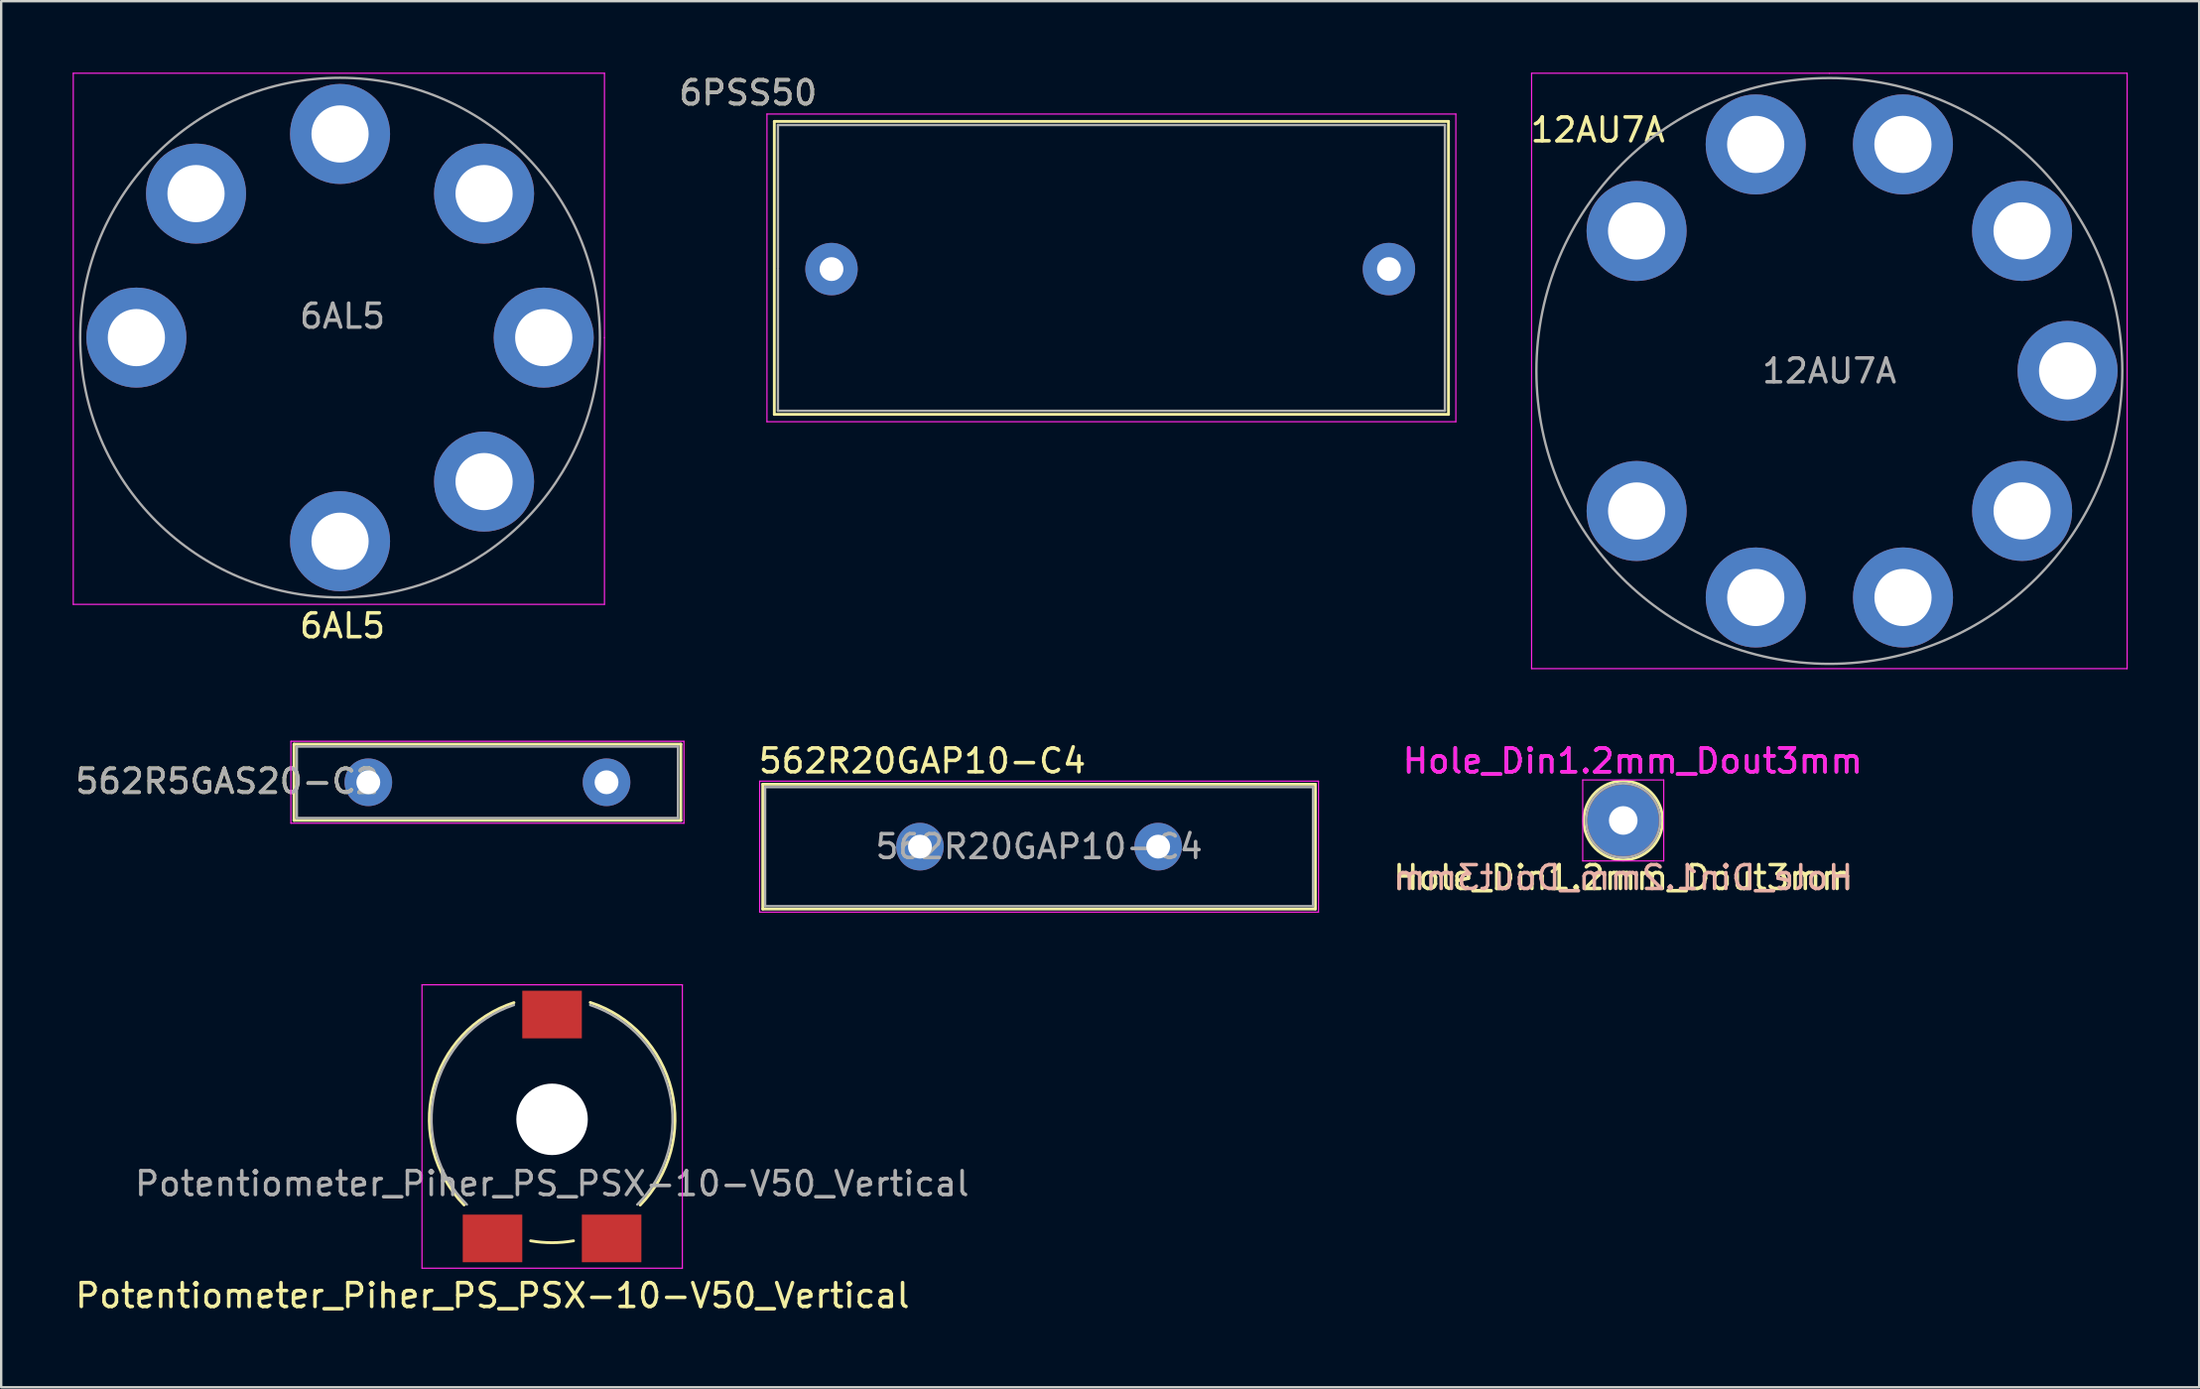
<source format=kicad_pcb>
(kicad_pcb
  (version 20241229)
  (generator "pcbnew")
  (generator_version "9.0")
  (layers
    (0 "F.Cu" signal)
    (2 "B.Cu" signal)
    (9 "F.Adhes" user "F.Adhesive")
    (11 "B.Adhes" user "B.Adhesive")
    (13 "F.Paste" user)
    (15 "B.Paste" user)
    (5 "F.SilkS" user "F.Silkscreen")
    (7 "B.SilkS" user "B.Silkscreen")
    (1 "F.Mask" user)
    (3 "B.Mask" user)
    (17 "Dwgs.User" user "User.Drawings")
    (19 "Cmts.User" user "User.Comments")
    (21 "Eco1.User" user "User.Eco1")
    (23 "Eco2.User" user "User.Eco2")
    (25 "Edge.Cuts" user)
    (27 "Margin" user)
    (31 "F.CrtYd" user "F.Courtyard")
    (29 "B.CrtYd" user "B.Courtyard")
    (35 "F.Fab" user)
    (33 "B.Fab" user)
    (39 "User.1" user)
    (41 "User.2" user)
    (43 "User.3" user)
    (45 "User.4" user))
  (footprint "562R5GAS20-C2"
    (layer "F.Cu")
    (at 12.412 29.795)
    (property "Reference" "562R5GAS20-C2" (at -5.93 -0.04 0) (layer "F.SilkS") (effects (font (size 1 1) (thickness 0.15))))
    (attr through_hole)
    (fp_line (start -3.12 -1.6) (end -3.12 1.6) (stroke (width 0.12) (type solid)) (layer "F.SilkS"))
    (fp_line (start -3.12 -1.6) (end 13.12 -1.6) (stroke (width 0.12) (type solid)) (layer "F.SilkS"))
    (fp_line (start -3.12 1.6) (end 13.12 1.6) (stroke (width 0.12) (type solid)) (layer "F.SilkS"))
    (fp_line (start 13.12 -1.6) (end 13.12 1.6) (stroke (width 0.12) (type solid)) (layer "F.SilkS"))
    (fp_line (start -3.25 -1.72) (end -3.25 1.72) (stroke (width 0.05) (type solid)) (layer "F.CrtYd"))
    (fp_line (start -3.25 1.72) (end 13.25 1.72) (stroke (width 0.05) (type solid)) (layer "F.CrtYd"))
    (fp_line (start 13.25 -1.72) (end -3.25 -1.72) (stroke (width 0.05) (type solid)) (layer "F.CrtYd"))
    (fp_line (start 13.25 1.72) (end 13.25 -1.72) (stroke (width 0.05) (type solid)) (layer "F.CrtYd"))
    (fp_line (start -3 -1.5) (end -3 1.5) (stroke (width 0.1) (type solid)) (layer "F.Fab"))
    (fp_line (start -3 1.5) (end 13 1.5) (stroke (width 0.1) (type solid)) (layer "F.Fab"))
    (fp_line (start 13 -1.5) (end -3 -1.5) (stroke (width 0.1) (type solid)) (layer "F.Fab"))
    (fp_line (start 13 1.5) (end 13 -1.5) (stroke (width 0.1) (type solid)) (layer "F.Fab"))
    (fp_text user "${REFERENCE}" (at -5.93 -0.04 0) (layer "F.Fab") (effects (font (size 1 1) (thickness 0.15))))
    (pad "1" thru_hole circle (at 0 0) (size 2 2) (drill 1) (layers "*.Cu" "*.Mask"))
    (pad "2" thru_hole circle (at 10 0) (size 2 2) (drill 1) (layers "*.Cu" "*.Mask")))
  (footprint "6PSS50"
    (layer "F.Cu")
    (at 31.856 8.248)
    (property "Reference" "6PSS50" (at -3.5 -7.4 0) (layer "F.SilkS") (effects (font (size 1 1) (thickness 0.15))))
    (attr through_hole)
    (fp_line (start -2.4 -6.2) (end 25.9 -6.2) (stroke (width 0.12) (type solid)) (layer "F.SilkS"))
    (fp_line (start -2.4 6.1) (end -2.4 -6.2) (stroke (width 0.12) (type solid)) (layer "F.SilkS"))
    (fp_line (start 25.9 -6.2) (end 25.9 6.1) (stroke (width 0.12) (type solid)) (layer "F.SilkS"))
    (fp_line (start 25.9 6.1) (end -2.4 6.1) (stroke (width 0.12) (type solid)) (layer "F.SilkS"))
    (fp_line (start -2.71 -6.51) (end 26.21 -6.51) (stroke (width 0.05) (type solid)) (layer "F.CrtYd"))
    (fp_line (start -2.71 6.41) (end -2.71 -6.51) (stroke (width 0.05) (type solid)) (layer "F.CrtYd"))
    (fp_line (start 26.21 -6.51) (end 26.21 6.41) (stroke (width 0.05) (type solid)) (layer "F.CrtYd"))
    (fp_line (start 26.21 6.41) (end -2.71 6.41) (stroke (width 0.05) (type solid)) (layer "F.CrtYd"))
    (fp_line (start -2.25 -6.05) (end 25.75 -6.05) (stroke (width 0.1) (type solid)) (layer "F.Fab"))
    (fp_line (start -2.25 -0.05) (end -2.25 -6.05) (stroke (width 0.1) (type solid)) (layer "F.Fab"))
    (fp_line (start -2.25 5.95) (end -2.25 0) (stroke (width 0.1) (type solid)) (layer "F.Fab"))
    (fp_line (start 25.75 -6.05) (end 25.75 5.95) (stroke (width 0.1) (type solid)) (layer "F.Fab"))
    (fp_line (start 25.75 5.95) (end -2.25 5.95) (stroke (width 0.1) (type solid)) (layer "F.Fab"))
    (fp_text user "${REFERENCE}" (at -3.5 -7.4 0) (layer "F.Fab") (effects (font (size 1 1) (thickness 0.15))))
    (pad "1" thru_hole circle (at 0 0) (size 2.2 2.2) (drill 1) (layers "*.Cu" "*.Mask"))
    (pad "2" thru_hole circle (at 23.4 0) (size 2.2 2.2) (drill 1) (layers "*.Cu" "*.Mask")))
  (footprint "562R20GAP10-C4"
    (layer "F.Cu")
    (at 35.569 32.498)
    (property "Reference" "562R20GAP10-C4" (at 0.1 -3.6 0) (layer "F.SilkS") (effects (font (size 1 1) (thickness 0.15))))
    (attr through_hole)
    (fp_line (start -6.6 -2.62) (end -6.6 2.62) (stroke (width 0.12) (type solid)) (layer "F.SilkS"))
    (fp_line (start -6.6 -2.62) (end 16.6 -2.62) (stroke (width 0.12) (type solid)) (layer "F.SilkS"))
    (fp_line (start -6.6 2.62) (end 16.6 2.62) (stroke (width 0.12) (type solid)) (layer "F.SilkS"))
    (fp_line (start 16.6 -2.62) (end 16.6 2.62) (stroke (width 0.12) (type solid)) (layer "F.SilkS"))
    (fp_line (start -6.73 -2.75) (end -6.73 2.75) (stroke (width 0.05) (type solid)) (layer "F.CrtYd"))
    (fp_line (start -6.73 2.75) (end 16.73 2.75) (stroke (width 0.05) (type solid)) (layer "F.CrtYd"))
    (fp_line (start 16.73 -2.75) (end -6.73 -2.75) (stroke (width 0.05) (type solid)) (layer "F.CrtYd"))
    (fp_line (start 16.73 2.75) (end 16.73 -2.75) (stroke (width 0.05) (type solid)) (layer "F.CrtYd"))
    (fp_line (start -6.5 -2.5) (end -6.5 2.5) (stroke (width 0.1) (type solid)) (layer "F.Fab"))
    (fp_line (start -6.5 2.5) (end 16.5 2.5) (stroke (width 0.1) (type solid)) (layer "F.Fab"))
    (fp_line (start 16.5 -2.5) (end -6.5 -2.5) (stroke (width 0.1) (type solid)) (layer "F.Fab"))
    (fp_line (start 16.5 2.5) (end 16.5 -2.5) (stroke (width 0.1) (type solid)) (layer "F.Fab"))
    (fp_text user "${REFERENCE}" (at 5 0 0) (layer "F.Fab") (effects (font (size 1 1) (thickness 0.15))))
    (pad "1" thru_hole circle (at 0 0) (size 2 2) (drill 1) (layers "*.Cu" "*.Mask"))
    (pad "2" thru_hole circle (at 10 0) (size 2 2) (drill 1) (layers "*.Cu" "*.Mask")))
  (footprint "6AL5"
    (layer "F.Cu")
    (at 11.225 11.125)
    (property "Reference" "6AL5" (at 0.1 12.1 0) (layer "F.SilkS") (effects (font (size 1 1) (thickness 0.15))))
    (attr through_hole)
    (fp_line (start -11.2 -11.1) (end -11.2 11.2) (stroke (width 0.05) (type solid)) (layer "F.CrtYd"))
    (fp_line (start -11.2 11.2) (end 11.1 11.2) (stroke (width 0.05) (type solid)) (layer "F.CrtYd"))
    (fp_line (start 11.1 -11.1) (end -11.2 -11.1) (stroke (width 0.05) (type solid)) (layer "F.CrtYd"))
    (fp_line (start 11.1 0) (end 11.1 -11.1) (stroke (width 0.05) (type solid)) (layer "F.CrtYd"))
    (fp_line (start 11.1 11.2) (end 11.1 0) (stroke (width 0.05) (type solid)) (layer "F.CrtYd"))
    (fp_circle (center 0 0) (end 10.908 0) (stroke (width 0.1) (type solid)) (fill no) (layer "F.Fab"))
    (fp_text user "${REFERENCE}" (at 0.1 -0.9 0) (layer "F.Fab") (effects (font (size 1 1) (thickness 0.15))))
    (pad "1" thru_hole circle (at 0 8.55) (size 4.2 4.2) (drill 2.4) (layers "*.Cu" "*.Mask"))
    (pad "2" thru_hole circle (at 6.046 6.046) (size 4.2 4.2) (drill 2.4) (layers "*.Cu" "*.Mask"))
    (pad "3" thru_hole circle (at 8.55 0) (size 4.2 4.2) (drill 2.4) (layers "*.Cu" "*.Mask"))
    (pad "4" thru_hole circle (at 6.046 -6.046) (size 4.2 4.2) (drill 2.4) (layers "*.Cu" "*.Mask"))
    (pad "5" thru_hole circle (at 0 -8.55) (size 4.2 4.2) (drill 2.4) (layers "*.Cu" "*.Mask"))
    (pad "6" thru_hole circle (at -6.046 -6.046) (size 4.2 4.2) (drill 2.4) (layers "*.Cu" "*.Mask"))
    (pad "7" thru_hole circle (at -8.55 0) (size 4.2 4.2) (drill 2.4) (layers "*.Cu" "*.Mask")))
  (footprint "12AU7A"
    (layer "F.Cu")
    (at 73.745 12.525)
    (property "Reference" "12AU7A" (at -9.72 -10.12 0) (layer "F.SilkS") (effects (font (size 1 1) (thickness 0.15))))
    (attr through_hole)
    (fp_line (start -12.5 -12.5) (end 0 -12.5) (stroke (width 0.05) (type solid)) (layer "F.CrtYd"))
    (fp_line (start -12.5 12.5) (end -12.5 -12.5) (stroke (width 0.05) (type solid)) (layer "F.CrtYd"))
    (fp_line (start 0 -12.5) (end 12.5 -12.5) (stroke (width 0.05) (type solid)) (layer "F.CrtYd"))
    (fp_line (start 12.5 -12.5) (end 12.5 12.5) (stroke (width 0.05) (type solid)) (layer "F.CrtYd"))
    (fp_line (start 12.5 12.5) (end -12.5 12.5) (stroke (width 0.05) (type solid)) (layer "F.CrtYd"))
    (fp_circle (center 0 0) (end 12.298 0) (stroke (width 0.1) (type solid)) (fill no) (layer "F.Fab"))
    (fp_text user "${REFERENCE}" (at 0 0 0) (layer "F.Fab") (effects (font (size 1 1) (thickness 0.15))))
    (pad "1" thru_hole circle (at -8.09 5.88) (size 4.2 4.2) (drill 2.4) (layers "*.Cu" "*.Mask"))
    (pad "2" thru_hole circle (at -3.089 9.512) (size 4.2 4.2) (drill 2.4) (layers "*.Cu" "*.Mask"))
    (pad "3" thru_hole circle (at 3.092 9.511) (size 4.2 4.2) (drill 2.4) (layers "*.Cu" "*.Mask"))
    (pad "4" thru_hole circle (at 8.092 5.877) (size 4.2 4.2) (drill 2.4) (layers "*.Cu" "*.Mask"))
    (pad "5" thru_hole circle (at 10.001 -0.002) (size 4.2 4.2) (drill 2.4) (layers "*.Cu" "*.Mask"))
    (pad "6" thru_hole circle (at 8.09 -5.88) (size 4.2 4.2) (drill 2.4) (layers "*.Cu" "*.Mask"))
    (pad "7" thru_hole circle (at 3.089 -9.512) (size 4.2 4.2) (drill 2.4) (layers "*.Cu" "*.Mask"))
    (pad "8" thru_hole circle (at -3.092 -9.511) (size 4.2 4.2) (drill 2.4) (layers "*.Cu" "*.Mask"))
    (pad "9" thru_hole circle (at -8.092 -5.877) (size 4.2 4.2) (drill 2.4) (layers "*.Cu" "*.Mask")))
  (footprint "Potentiometer_Piher_PS_PSX-10-V50_Vertical"
    (layer "F.Cu")
    (at 20.125 44.248)
    (property "Reference" "Potentiometer_Piher_PS_PSX-10-V50_Vertical" (at -2.5 7.1 0) (layer "F.SilkS") (effects (font (size 1 1) (thickness 0.15))))
    (attr smd)
    (fp_arc (start -3.694442 3.294593) (mid -5.004728 -1.533975) (end -1.6 -5.2) (stroke (width 0.12) (type solid)) (layer "F.SilkS"))
    (fp_arc (start 0.9 4.799999) (mid 0 4.878802) (end -0.9 4.799999) (stroke (width 0.12) (type solid)) (layer "F.SilkS"))
    (fp_arc (start 1.602405 -5.207372) (mid 5.012257 -1.535832) (end 3.7 3.3) (stroke (width 0.12) (type solid)) (layer "F.SilkS"))
    (fp_line (start -5.46 -5.95) (end -5.46 5.95) (stroke (width 0.05) (type solid)) (layer "F.CrtYd"))
    (fp_line (start -5.46 -5.95) (end 5.47 -5.95) (stroke (width 0.05) (type solid)) (layer "F.CrtYd"))
    (fp_line (start -5.46 5.95) (end 5.47 5.95) (stroke (width 0.05) (type solid)) (layer "F.CrtYd"))
    (fp_line (start 5.47 5.95) (end 5.47 -5.95) (stroke (width 0.05) (type solid)) (layer "F.CrtYd"))
    (fp_arc (start -3.577708 3.277708) (mid -4.924293 -1.462468) (end -1.599999 -5.099999) (stroke (width 0.1) (type solid)) (layer "F.Fab"))
    (fp_arc (start 1.599999 -5.099999) (mid 4.924292 -1.462468) (end 3.577708 3.277708) (stroke (width 0.1) (type solid)) (layer "F.Fab"))
    (fp_text user "${REFERENCE}" (at 0 2.4 0) (layer "F.Fab") (effects (font (size 1 1) (thickness 0.15))))
    (pad "" np_thru_hole circle (at 0 -0.3) (size 3 3) (drill 3) (layers "*.Cu" "*.Mask"))
    (pad "1" smd rect (at -2.5 4.7) (size 2.5 2) (layers "F.Cu" "F.Mask" "F.Paste"))
    (pad "2" smd rect (at 0 -4.7) (size 2.5 2) (layers "F.Cu" "F.Mask" "F.Paste"))
    (pad "3" smd rect (at 2.5 4.7) (size 2.5 2) (layers "F.Cu" "F.Mask" "F.Paste")))
  (footprint "Hole_Din1.2mm_Dout3mm"
    (layer "F.Cu")
    (at 65.092 31.398)
    (property "Reference" "Hole_Din1.2mm_Dout3mm" (at 0.4 -2.5 0) (layer "F.CrtYd") (effects (font (size 1 1) (thickness 0.15))))
    (property "Value" "Hole_Din1.2mm_Dout3mm" (at 0 2.4 0) (layer "F.Fab") (hide yes) (effects (font (size 1 1) (thickness 0.15))))
    (attr through_hole)
    (fp_circle (center 0 0) (end 1.655 0) (stroke (width 0.12) (type solid)) (fill no) (layer "F.SilkS"))
    (fp_line (start -1.7 -1.7) (end 1.7 -1.7) (stroke (width 0.05) (type solid)) (layer "F.CrtYd"))
    (fp_line (start -1.7 1.7) (end -1.7 -1.7) (stroke (width 0.05) (type solid)) (layer "F.CrtYd"))
    (fp_line (start -1.7 1.7) (end 1.7 1.7) (stroke (width 0.05) (type solid)) (layer "F.CrtYd"))
    (fp_line (start 1.7 -1.7) (end 1.7 1.7) (stroke (width 0.05) (type solid)) (layer "F.CrtYd"))
    (fp_circle (center 0 0) (end 1.552 0) (stroke (width 0.1) (type solid)) (fill no) (layer "F.Fab"))
    (fp_text user "${VALUE}" (at 0 2.4 0) (layer "F.SilkS") (effects (font (size 1 1) (thickness 0.15))))
    (fp_text user "${VALUE}" (at 0 2.4 0) (layer "B.SilkS") (effects (font (size 1 1) (thickness 0.15)) (justify mirror)))
    (fp_text user "${REFERENCE}" (at 0.4 -2.5 0) (layer "F.Fab") (effects (font (size 1 1) (thickness 0.15))))
    (pad "1" thru_hole circle (at 0 0) (size 3 3) (drill 1.2) (layers "*.Cu" "*.Mask")))
  (gr_rect
    (start -3 -3)
    (end 89.27 55.197)
    (stroke (width 0.1) (type default))
    (fill no)
    (layer "Edge.Cuts")))
</source>
